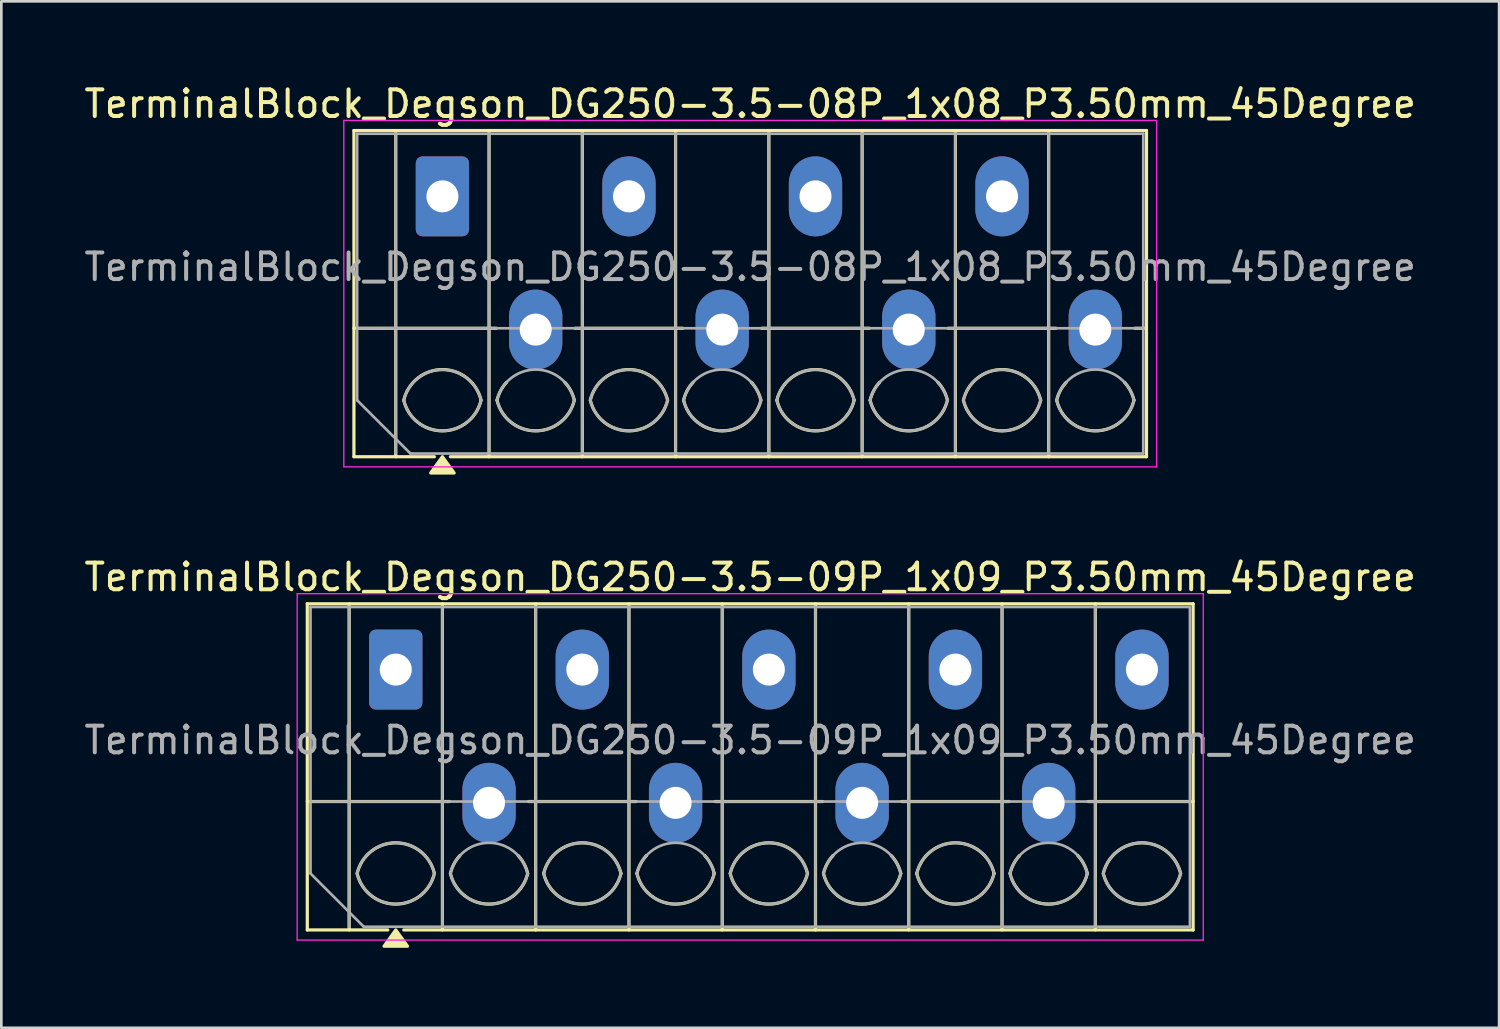
<source format=kicad_pcb>
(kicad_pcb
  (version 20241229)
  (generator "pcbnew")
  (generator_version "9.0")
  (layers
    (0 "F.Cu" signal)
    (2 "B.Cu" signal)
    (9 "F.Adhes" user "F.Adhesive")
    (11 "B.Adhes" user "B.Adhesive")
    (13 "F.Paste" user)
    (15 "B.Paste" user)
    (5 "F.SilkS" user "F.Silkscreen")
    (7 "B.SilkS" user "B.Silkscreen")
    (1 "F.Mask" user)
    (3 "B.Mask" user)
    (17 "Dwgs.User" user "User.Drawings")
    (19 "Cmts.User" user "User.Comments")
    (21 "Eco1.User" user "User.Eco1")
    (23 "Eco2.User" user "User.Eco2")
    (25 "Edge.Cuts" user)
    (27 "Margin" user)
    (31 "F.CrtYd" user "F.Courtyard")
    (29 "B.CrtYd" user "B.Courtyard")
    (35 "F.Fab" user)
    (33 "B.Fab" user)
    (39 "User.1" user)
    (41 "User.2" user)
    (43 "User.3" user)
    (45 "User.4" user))
  (footprint "TerminalBlock_Degson_DG250-3.5-08P_1x08_P3.50mm_45Degree"
    (layer "F.Cu")
    (at 13.551 4.318)
    (property "Reference" "TerminalBlock_Degson_DG250-3.5-08P_1x08_P3.50mm_45Degree" (at 11.55 -3.47 0) (layer "F.SilkS") (effects (font (size 1 1) (thickness 0.15))))
    (attr through_hole)
    (fp_line (start -3.32 -2.47) (end 26.42 -2.47) (stroke (width 0.12) (type solid)) (layer "F.SilkS"))
    (fp_line (start -3.32 4.95) (end 2.02 4.95) (stroke (width 0.12) (type solid)) (layer "F.SilkS"))
    (fp_line (start -3.32 9.77) (end -3.32 -2.47) (stroke (width 0.12) (type solid)) (layer "F.SilkS"))
    (fp_line (start -1.75 -2.47) (end -1.75 9.77) (stroke (width 0.12) (type solid)) (layer "F.SilkS"))
    (fp_line (start -0.3 9.77) (end -3.32 9.77) (stroke (width 0.12) (type solid)) (layer "F.SilkS"))
    (fp_line (start 1.75 -2.47) (end 1.75 9.77) (stroke (width 0.12) (type solid)) (layer "F.SilkS"))
    (fp_line (start 4.98 4.95) (end 9.02 4.95) (stroke (width 0.12) (type solid)) (layer "F.SilkS"))
    (fp_line (start 5.25 -2.47) (end 5.25 9.77) (stroke (width 0.12) (type solid)) (layer "F.SilkS"))
    (fp_line (start 8.75 -2.47) (end 8.75 9.77) (stroke (width 0.12) (type solid)) (layer "F.SilkS"))
    (fp_line (start 11.98 4.95) (end 16.02 4.95) (stroke (width 0.12) (type solid)) (layer "F.SilkS"))
    (fp_line (start 12.25 -2.47) (end 12.25 9.77) (stroke (width 0.12) (type solid)) (layer "F.SilkS"))
    (fp_line (start 15.75 -2.47) (end 15.75 9.77) (stroke (width 0.12) (type solid)) (layer "F.SilkS"))
    (fp_line (start 18.98 4.95) (end 23.02 4.95) (stroke (width 0.12) (type solid)) (layer "F.SilkS"))
    (fp_line (start 19.25 -2.47) (end 19.25 9.77) (stroke (width 0.12) (type solid)) (layer "F.SilkS"))
    (fp_line (start 22.75 -2.47) (end 22.75 9.77) (stroke (width 0.12) (type solid)) (layer "F.SilkS"))
    (fp_line (start 25.98 4.95) (end 26.42 4.95) (stroke (width 0.12) (type solid)) (layer "F.SilkS"))
    (fp_line (start 26.42 -2.47) (end 26.42 9.77) (stroke (width 0.12) (type solid)) (layer "F.SilkS"))
    (fp_line (start 26.42 9.77) (end 0.3 9.77) (stroke (width 0.12) (type solid)) (layer "F.SilkS"))
    (fp_arc (start -1.45 7.65) (mid 0 6.5) (end 1.45 7.65) (stroke (width 0.12) (type solid)) (layer "F.SilkS"))
    (fp_arc (start 1.45 7.65) (mid 0 8.8) (end -1.45 7.65) (stroke (width 0.12) (type solid)) (layer "F.SilkS"))
    (fp_arc (start 2.05 7.65) (mid 2.18402 7.291962) (end 2.405 6.98) (stroke (width 0.12) (type solid)) (layer "F.SilkS"))
    (fp_arc (start 4.595 6.98) (mid 4.81598 7.291962) (end 4.95 7.65) (stroke (width 0.12) (type solid)) (layer "F.SilkS"))
    (fp_arc (start 4.95 7.65) (mid 3.5 8.8) (end 2.05 7.65) (stroke (width 0.12) (type solid)) (layer "F.SilkS"))
    (fp_arc (start 5.55 7.65) (mid 7 6.5) (end 8.45 7.65) (stroke (width 0.12) (type solid)) (layer "F.SilkS"))
    (fp_arc (start 8.45 7.65) (mid 7 8.8) (end 5.55 7.65) (stroke (width 0.12) (type solid)) (layer "F.SilkS"))
    (fp_arc (start 9.05 7.65) (mid 9.18402 7.291962) (end 9.405 6.98) (stroke (width 0.12) (type solid)) (layer "F.SilkS"))
    (fp_arc (start 11.595 6.98) (mid 11.81598 7.291962) (end 11.95 7.65) (stroke (width 0.12) (type solid)) (layer "F.SilkS"))
    (fp_arc (start 11.95 7.65) (mid 10.5 8.8) (end 9.05 7.65) (stroke (width 0.12) (type solid)) (layer "F.SilkS"))
    (fp_arc (start 12.55 7.65) (mid 14 6.5) (end 15.45 7.65) (stroke (width 0.12) (type solid)) (layer "F.SilkS"))
    (fp_arc (start 15.45 7.65) (mid 14 8.8) (end 12.55 7.65) (stroke (width 0.12) (type solid)) (layer "F.SilkS"))
    (fp_arc (start 16.05 7.65) (mid 16.18402 7.291962) (end 16.405 6.98) (stroke (width 0.12) (type solid)) (layer "F.SilkS"))
    (fp_arc (start 18.595 6.98) (mid 18.81598 7.291962) (end 18.95 7.65) (stroke (width 0.12) (type solid)) (layer "F.SilkS"))
    (fp_arc (start 18.95 7.65) (mid 17.5 8.8) (end 16.05 7.65) (stroke (width 0.12) (type solid)) (layer "F.SilkS"))
    (fp_arc (start 19.55 7.65) (mid 21 6.5) (end 22.45 7.65) (stroke (width 0.12) (type solid)) (layer "F.SilkS"))
    (fp_arc (start 22.45 7.65) (mid 21 8.8) (end 19.55 7.65) (stroke (width 0.12) (type solid)) (layer "F.SilkS"))
    (fp_arc (start 23.05 7.65) (mid 23.18402 7.291962) (end 23.405 6.98) (stroke (width 0.12) (type solid)) (layer "F.SilkS"))
    (fp_arc (start 25.595 6.98) (mid 25.81598 7.291962) (end 25.95 7.65) (stroke (width 0.12) (type solid)) (layer "F.SilkS"))
    (fp_arc (start 25.95 7.65) (mid 24.5 8.8) (end 23.05 7.65) (stroke (width 0.12) (type solid)) (layer "F.SilkS"))
    (fp_poly (pts (xy 0 9.77) (xy 0.44 10.38) (xy -0.44 10.38)) (stroke (width 0.12) (type solid)) (fill yes) (layer "F.SilkS"))
    (fp_line (start -3.7 -2.85) (end -3.7 10.15) (stroke (width 0.05) (type solid)) (layer "F.CrtYd"))
    (fp_line (start -3.7 10.15) (end 26.8 10.15) (stroke (width 0.05) (type solid)) (layer "F.CrtYd"))
    (fp_line (start 26.8 -2.85) (end -3.7 -2.85) (stroke (width 0.05) (type solid)) (layer "F.CrtYd"))
    (fp_line (start 26.8 10.15) (end 26.8 -2.85) (stroke (width 0.05) (type solid)) (layer "F.CrtYd"))
    (fp_line (start -3.2 -2.35) (end 26.3 -2.35) (stroke (width 0.1) (type solid)) (layer "F.Fab"))
    (fp_line (start -3.2 4.95) (end 26.3 4.95) (stroke (width 0.1) (type solid)) (layer "F.Fab"))
    (fp_line (start -3.2 7.65) (end -3.2 -2.35) (stroke (width 0.1) (type solid)) (layer "F.Fab"))
    (fp_line (start -1.75 -2.35) (end -1.75 9.65) (stroke (width 0.1) (type solid)) (layer "F.Fab"))
    (fp_line (start -1.2 9.65) (end -3.2 7.65) (stroke (width 0.1) (type solid)) (layer "F.Fab"))
    (fp_line (start 1.75 -2.35) (end 1.75 9.65) (stroke (width 0.1) (type solid)) (layer "F.Fab"))
    (fp_line (start 5.25 -2.35) (end 5.25 9.65) (stroke (width 0.1) (type solid)) (layer "F.Fab"))
    (fp_line (start 8.75 -2.35) (end 8.75 9.65) (stroke (width 0.1) (type solid)) (layer "F.Fab"))
    (fp_line (start 12.25 -2.35) (end 12.25 9.65) (stroke (width 0.1) (type solid)) (layer "F.Fab"))
    (fp_line (start 15.75 -2.35) (end 15.75 9.65) (stroke (width 0.1) (type solid)) (layer "F.Fab"))
    (fp_line (start 19.25 -2.35) (end 19.25 9.65) (stroke (width 0.1) (type solid)) (layer "F.Fab"))
    (fp_line (start 22.75 -2.35) (end 22.75 9.65) (stroke (width 0.1) (type solid)) (layer "F.Fab"))
    (fp_line (start 26.3 -2.35) (end 26.3 9.65) (stroke (width 0.1) (type solid)) (layer "F.Fab"))
    (fp_line (start 26.3 9.65) (end -1.2 9.65) (stroke (width 0.1) (type solid)) (layer "F.Fab"))
    (fp_arc (start -1.45 7.65) (mid 0 6.5) (end 1.45 7.65) (stroke (width 0.1) (type solid)) (layer "F.Fab"))
    (fp_arc (start 1.45 7.65) (mid 0 8.8) (end -1.45 7.65) (stroke (width 0.1) (type solid)) (layer "F.Fab"))
    (fp_arc (start 2.05 7.65) (mid 3.5 6.5) (end 4.95 7.65) (stroke (width 0.1) (type solid)) (layer "F.Fab"))
    (fp_arc (start 4.95 7.65) (mid 3.5 8.8) (end 2.05 7.65) (stroke (width 0.1) (type solid)) (layer "F.Fab"))
    (fp_arc (start 5.55 7.65) (mid 7 6.5) (end 8.45 7.65) (stroke (width 0.1) (type solid)) (layer "F.Fab"))
    (fp_arc (start 8.45 7.65) (mid 7 8.8) (end 5.55 7.65) (stroke (width 0.1) (type solid)) (layer "F.Fab"))
    (fp_arc (start 9.05 7.65) (mid 10.5 6.5) (end 11.95 7.65) (stroke (width 0.1) (type solid)) (layer "F.Fab"))
    (fp_arc (start 11.95 7.65) (mid 10.5 8.8) (end 9.05 7.65) (stroke (width 0.1) (type solid)) (layer "F.Fab"))
    (fp_arc (start 12.55 7.65) (mid 14 6.5) (end 15.45 7.65) (stroke (width 0.1) (type solid)) (layer "F.Fab"))
    (fp_arc (start 15.45 7.65) (mid 14 8.8) (end 12.55 7.65) (stroke (width 0.1) (type solid)) (layer "F.Fab"))
    (fp_arc (start 16.05 7.65) (mid 17.5 6.5) (end 18.95 7.65) (stroke (width 0.1) (type solid)) (layer "F.Fab"))
    (fp_arc (start 18.95 7.65) (mid 17.5 8.8) (end 16.05 7.65) (stroke (width 0.1) (type solid)) (layer "F.Fab"))
    (fp_arc (start 19.55 7.65) (mid 21 6.5) (end 22.45 7.65) (stroke (width 0.1) (type solid)) (layer "F.Fab"))
    (fp_arc (start 22.45 7.65) (mid 21 8.8) (end 19.55 7.65) (stroke (width 0.1) (type solid)) (layer "F.Fab"))
    (fp_arc (start 23.05 7.65) (mid 24.5 6.5) (end 25.95 7.65) (stroke (width 0.1) (type solid)) (layer "F.Fab"))
    (fp_arc (start 25.95 7.65) (mid 24.5 8.8) (end 23.05 7.65) (stroke (width 0.1) (type solid)) (layer "F.Fab"))
    (fp_text user "${REFERENCE}" (at 11.55 2.65 0) (layer "F.Fab") (effects (font (size 1 1) (thickness 0.15))))
    (pad "1" thru_hole roundrect (at 0 0) (size 2 3) (drill 1.2) (layers "*.Cu" "*.Mask") (roundrect_rratio 0.125))
    (pad "2" thru_hole oval (at 3.5 5) (size 2 3) (drill 1.2) (layers "*.Cu" "*.Mask"))
    (pad "3" thru_hole oval (at 7 0) (size 2 3) (drill 1.2) (layers "*.Cu" "*.Mask"))
    (pad "4" thru_hole oval (at 10.5 5) (size 2 3) (drill 1.2) (layers "*.Cu" "*.Mask"))
    (pad "5" thru_hole oval (at 14 0) (size 2 3) (drill 1.2) (layers "*.Cu" "*.Mask"))
    (pad "6" thru_hole oval (at 17.5 5) (size 2 3) (drill 1.2) (layers "*.Cu" "*.Mask"))
    (pad "7" thru_hole oval (at 21 0) (size 2 3) (drill 1.2) (layers "*.Cu" "*.Mask"))
    (pad "8" thru_hole oval (at 24.5 5) (size 2 3) (drill 1.2) (layers "*.Cu" "*.Mask")))
  (footprint "TerminalBlock_Degson_DG250-3.5-09P_1x09_P3.50mm_45Degree"
    (layer "F.Cu")
    (at 11.801 22.076)
    (property "Reference" "TerminalBlock_Degson_DG250-3.5-09P_1x09_P3.50mm_45Degree" (at 13.3 -3.47 0) (layer "F.SilkS") (effects (font (size 1 1) (thickness 0.15))))
    (attr through_hole)
    (fp_line (start -3.32 -2.47) (end 29.92 -2.47) (stroke (width 0.12) (type solid)) (layer "F.SilkS"))
    (fp_line (start -3.32 4.95) (end 2.02 4.95) (stroke (width 0.12) (type solid)) (layer "F.SilkS"))
    (fp_line (start -3.32 9.77) (end -3.32 -2.47) (stroke (width 0.12) (type solid)) (layer "F.SilkS"))
    (fp_line (start -1.75 -2.47) (end -1.75 9.77) (stroke (width 0.12) (type solid)) (layer "F.SilkS"))
    (fp_line (start -0.3 9.77) (end -3.32 9.77) (stroke (width 0.12) (type solid)) (layer "F.SilkS"))
    (fp_line (start 1.75 -2.47) (end 1.75 9.77) (stroke (width 0.12) (type solid)) (layer "F.SilkS"))
    (fp_line (start 4.98 4.95) (end 9.02 4.95) (stroke (width 0.12) (type solid)) (layer "F.SilkS"))
    (fp_line (start 5.25 -2.47) (end 5.25 9.77) (stroke (width 0.12) (type solid)) (layer "F.SilkS"))
    (fp_line (start 8.75 -2.47) (end 8.75 9.77) (stroke (width 0.12) (type solid)) (layer "F.SilkS"))
    (fp_line (start 11.98 4.95) (end 16.02 4.95) (stroke (width 0.12) (type solid)) (layer "F.SilkS"))
    (fp_line (start 12.25 -2.47) (end 12.25 9.77) (stroke (width 0.12) (type solid)) (layer "F.SilkS"))
    (fp_line (start 15.75 -2.47) (end 15.75 9.77) (stroke (width 0.12) (type solid)) (layer "F.SilkS"))
    (fp_line (start 18.98 4.95) (end 23.02 4.95) (stroke (width 0.12) (type solid)) (layer "F.SilkS"))
    (fp_line (start 19.25 -2.47) (end 19.25 9.77) (stroke (width 0.12) (type solid)) (layer "F.SilkS"))
    (fp_line (start 22.75 -2.47) (end 22.75 9.77) (stroke (width 0.12) (type solid)) (layer "F.SilkS"))
    (fp_line (start 25.98 4.95) (end 29.92 4.95) (stroke (width 0.12) (type solid)) (layer "F.SilkS"))
    (fp_line (start 26.25 -2.47) (end 26.25 9.77) (stroke (width 0.12) (type solid)) (layer "F.SilkS"))
    (fp_line (start 29.92 -2.47) (end 29.92 9.77) (stroke (width 0.12) (type solid)) (layer "F.SilkS"))
    (fp_line (start 29.92 9.77) (end 0.3 9.77) (stroke (width 0.12) (type solid)) (layer "F.SilkS"))
    (fp_arc (start -1.45 7.65) (mid 0 6.5) (end 1.45 7.65) (stroke (width 0.12) (type solid)) (layer "F.SilkS"))
    (fp_arc (start 1.45 7.65) (mid 0 8.8) (end -1.45 7.65) (stroke (width 0.12) (type solid)) (layer "F.SilkS"))
    (fp_arc (start 2.05 7.65) (mid 2.18402 7.291962) (end 2.405 6.98) (stroke (width 0.12) (type solid)) (layer "F.SilkS"))
    (fp_arc (start 4.595 6.98) (mid 4.81598 7.291962) (end 4.95 7.65) (stroke (width 0.12) (type solid)) (layer "F.SilkS"))
    (fp_arc (start 4.95 7.65) (mid 3.5 8.8) (end 2.05 7.65) (stroke (width 0.12) (type solid)) (layer "F.SilkS"))
    (fp_arc (start 5.55 7.65) (mid 7 6.5) (end 8.45 7.65) (stroke (width 0.12) (type solid)) (layer "F.SilkS"))
    (fp_arc (start 8.45 7.65) (mid 7 8.8) (end 5.55 7.65) (stroke (width 0.12) (type solid)) (layer "F.SilkS"))
    (fp_arc (start 9.05 7.65) (mid 9.18402 7.291962) (end 9.405 6.98) (stroke (width 0.12) (type solid)) (layer "F.SilkS"))
    (fp_arc (start 11.595 6.98) (mid 11.81598 7.291962) (end 11.95 7.65) (stroke (width 0.12) (type solid)) (layer "F.SilkS"))
    (fp_arc (start 11.95 7.65) (mid 10.5 8.8) (end 9.05 7.65) (stroke (width 0.12) (type solid)) (layer "F.SilkS"))
    (fp_arc (start 12.55 7.65) (mid 14 6.5) (end 15.45 7.65) (stroke (width 0.12) (type solid)) (layer "F.SilkS"))
    (fp_arc (start 15.45 7.65) (mid 14 8.8) (end 12.55 7.65) (stroke (width 0.12) (type solid)) (layer "F.SilkS"))
    (fp_arc (start 16.05 7.65) (mid 16.18402 7.291962) (end 16.405 6.98) (stroke (width 0.12) (type solid)) (layer "F.SilkS"))
    (fp_arc (start 18.595 6.98) (mid 18.81598 7.291962) (end 18.95 7.65) (stroke (width 0.12) (type solid)) (layer "F.SilkS"))
    (fp_arc (start 18.95 7.65) (mid 17.5 8.8) (end 16.05 7.65) (stroke (width 0.12) (type solid)) (layer "F.SilkS"))
    (fp_arc (start 19.55 7.65) (mid 21 6.5) (end 22.45 7.65) (stroke (width 0.12) (type solid)) (layer "F.SilkS"))
    (fp_arc (start 22.45 7.65) (mid 21 8.8) (end 19.55 7.65) (stroke (width 0.12) (type solid)) (layer "F.SilkS"))
    (fp_arc (start 23.05 7.65) (mid 23.18402 7.291962) (end 23.405 6.98) (stroke (width 0.12) (type solid)) (layer "F.SilkS"))
    (fp_arc (start 25.595 6.98) (mid 25.81598 7.291962) (end 25.95 7.65) (stroke (width 0.12) (type solid)) (layer "F.SilkS"))
    (fp_arc (start 25.95 7.65) (mid 24.5 8.8) (end 23.05 7.65) (stroke (width 0.12) (type solid)) (layer "F.SilkS"))
    (fp_arc (start 26.55 7.65) (mid 28 6.5) (end 29.45 7.65) (stroke (width 0.12) (type solid)) (layer "F.SilkS"))
    (fp_arc (start 29.45 7.65) (mid 28 8.8) (end 26.55 7.65) (stroke (width 0.12) (type solid)) (layer "F.SilkS"))
    (fp_poly (pts (xy 0 9.77) (xy 0.44 10.38) (xy -0.44 10.38)) (stroke (width 0.12) (type solid)) (fill yes) (layer "F.SilkS"))
    (fp_line (start -3.7 -2.85) (end -3.7 10.15) (stroke (width 0.05) (type solid)) (layer "F.CrtYd"))
    (fp_line (start -3.7 10.15) (end 30.3 10.15) (stroke (width 0.05) (type solid)) (layer "F.CrtYd"))
    (fp_line (start 30.3 -2.85) (end -3.7 -2.85) (stroke (width 0.05) (type solid)) (layer "F.CrtYd"))
    (fp_line (start 30.3 10.15) (end 30.3 -2.85) (stroke (width 0.05) (type solid)) (layer "F.CrtYd"))
    (fp_line (start -3.2 -2.35) (end 29.8 -2.35) (stroke (width 0.1) (type solid)) (layer "F.Fab"))
    (fp_line (start -3.2 4.95) (end 29.8 4.95) (stroke (width 0.1) (type solid)) (layer "F.Fab"))
    (fp_line (start -3.2 7.65) (end -3.2 -2.35) (stroke (width 0.1) (type solid)) (layer "F.Fab"))
    (fp_line (start -1.75 -2.35) (end -1.75 9.65) (stroke (width 0.1) (type solid)) (layer "F.Fab"))
    (fp_line (start -1.2 9.65) (end -3.2 7.65) (stroke (width 0.1) (type solid)) (layer "F.Fab"))
    (fp_line (start 1.75 -2.35) (end 1.75 9.65) (stroke (width 0.1) (type solid)) (layer "F.Fab"))
    (fp_line (start 5.25 -2.35) (end 5.25 9.65) (stroke (width 0.1) (type solid)) (layer "F.Fab"))
    (fp_line (start 8.75 -2.35) (end 8.75 9.65) (stroke (width 0.1) (type solid)) (layer "F.Fab"))
    (fp_line (start 12.25 -2.35) (end 12.25 9.65) (stroke (width 0.1) (type solid)) (layer "F.Fab"))
    (fp_line (start 15.75 -2.35) (end 15.75 9.65) (stroke (width 0.1) (type solid)) (layer "F.Fab"))
    (fp_line (start 19.25 -2.35) (end 19.25 9.65) (stroke (width 0.1) (type solid)) (layer "F.Fab"))
    (fp_line (start 22.75 -2.35) (end 22.75 9.65) (stroke (width 0.1) (type solid)) (layer "F.Fab"))
    (fp_line (start 26.25 -2.35) (end 26.25 9.65) (stroke (width 0.1) (type solid)) (layer "F.Fab"))
    (fp_line (start 29.8 -2.35) (end 29.8 9.65) (stroke (width 0.1) (type solid)) (layer "F.Fab"))
    (fp_line (start 29.8 9.65) (end -1.2 9.65) (stroke (width 0.1) (type solid)) (layer "F.Fab"))
    (fp_arc (start -1.45 7.65) (mid 0 6.5) (end 1.45 7.65) (stroke (width 0.1) (type solid)) (layer "F.Fab"))
    (fp_arc (start 1.45 7.65) (mid 0 8.8) (end -1.45 7.65) (stroke (width 0.1) (type solid)) (layer "F.Fab"))
    (fp_arc (start 2.05 7.65) (mid 3.5 6.5) (end 4.95 7.65) (stroke (width 0.1) (type solid)) (layer "F.Fab"))
    (fp_arc (start 4.95 7.65) (mid 3.5 8.8) (end 2.05 7.65) (stroke (width 0.1) (type solid)) (layer "F.Fab"))
    (fp_arc (start 5.55 7.65) (mid 7 6.5) (end 8.45 7.65) (stroke (width 0.1) (type solid)) (layer "F.Fab"))
    (fp_arc (start 8.45 7.65) (mid 7 8.8) (end 5.55 7.65) (stroke (width 0.1) (type solid)) (layer "F.Fab"))
    (fp_arc (start 9.05 7.65) (mid 10.5 6.5) (end 11.95 7.65) (stroke (width 0.1) (type solid)) (layer "F.Fab"))
    (fp_arc (start 11.95 7.65) (mid 10.5 8.8) (end 9.05 7.65) (stroke (width 0.1) (type solid)) (layer "F.Fab"))
    (fp_arc (start 12.55 7.65) (mid 14 6.5) (end 15.45 7.65) (stroke (width 0.1) (type solid)) (layer "F.Fab"))
    (fp_arc (start 15.45 7.65) (mid 14 8.8) (end 12.55 7.65) (stroke (width 0.1) (type solid)) (layer "F.Fab"))
    (fp_arc (start 16.05 7.65) (mid 17.5 6.5) (end 18.95 7.65) (stroke (width 0.1) (type solid)) (layer "F.Fab"))
    (fp_arc (start 18.95 7.65) (mid 17.5 8.8) (end 16.05 7.65) (stroke (width 0.1) (type solid)) (layer "F.Fab"))
    (fp_arc (start 19.55 7.65) (mid 21 6.5) (end 22.45 7.65) (stroke (width 0.1) (type solid)) (layer "F.Fab"))
    (fp_arc (start 22.45 7.65) (mid 21 8.8) (end 19.55 7.65) (stroke (width 0.1) (type solid)) (layer "F.Fab"))
    (fp_arc (start 23.05 7.65) (mid 24.5 6.5) (end 25.95 7.65) (stroke (width 0.1) (type solid)) (layer "F.Fab"))
    (fp_arc (start 25.95 7.65) (mid 24.5 8.8) (end 23.05 7.65) (stroke (width 0.1) (type solid)) (layer "F.Fab"))
    (fp_arc (start 26.55 7.65) (mid 28 6.5) (end 29.45 7.65) (stroke (width 0.1) (type solid)) (layer "F.Fab"))
    (fp_arc (start 29.45 7.65) (mid 28 8.8) (end 26.55 7.65) (stroke (width 0.1) (type solid)) (layer "F.Fab"))
    (fp_text user "${REFERENCE}" (at 13.3 2.65 0) (layer "F.Fab") (effects (font (size 1 1) (thickness 0.15))))
    (pad "1" thru_hole roundrect (at 0 0) (size 2 3) (drill 1.2) (layers "*.Cu" "*.Mask") (roundrect_rratio 0.125))
    (pad "2" thru_hole oval (at 3.5 5) (size 2 3) (drill 1.2) (layers "*.Cu" "*.Mask"))
    (pad "3" thru_hole oval (at 7 0) (size 2 3) (drill 1.2) (layers "*.Cu" "*.Mask"))
    (pad "4" thru_hole oval (at 10.5 5) (size 2 3) (drill 1.2) (layers "*.Cu" "*.Mask"))
    (pad "5" thru_hole oval (at 14 0) (size 2 3) (drill 1.2) (layers "*.Cu" "*.Mask"))
    (pad "6" thru_hole oval (at 17.5 5) (size 2 3) (drill 1.2) (layers "*.Cu" "*.Mask"))
    (pad "7" thru_hole oval (at 21 0) (size 2 3) (drill 1.2) (layers "*.Cu" "*.Mask"))
    (pad "8" thru_hole oval (at 24.5 5) (size 2 3) (drill 1.2) (layers "*.Cu" "*.Mask"))
    (pad "9" thru_hole oval (at 28 0) (size 2 3) (drill 1.2) (layers "*.Cu" "*.Mask")))
  (gr_rect
    (start -3 -3)
    (end 53.202 35.517)
    (stroke (width 0.1) (type default))
    (fill no)
    (layer "Edge.Cuts")))
</source>
